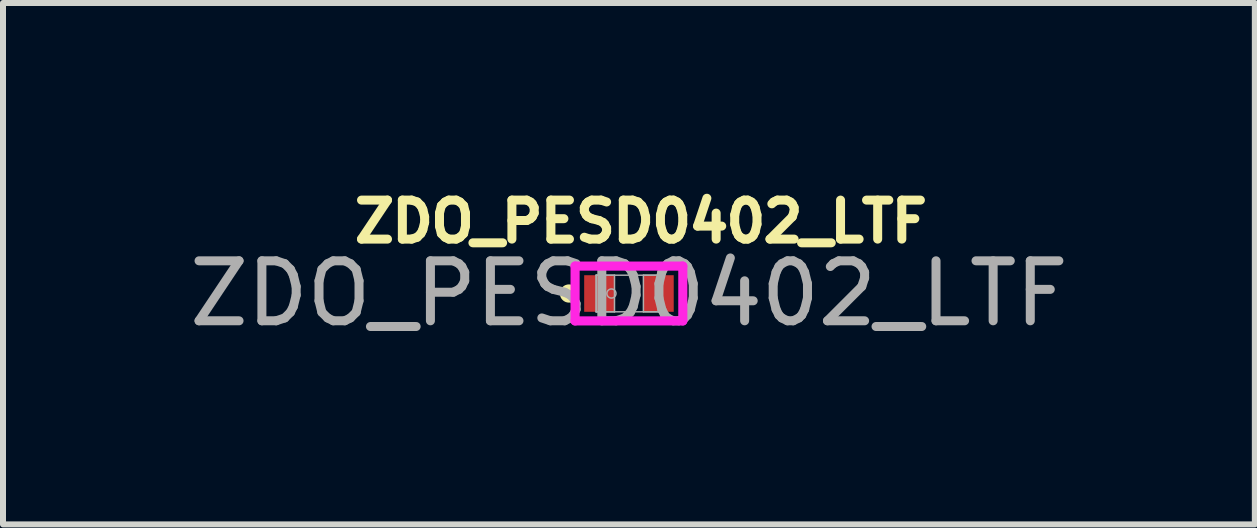
<source format=kicad_pcb>
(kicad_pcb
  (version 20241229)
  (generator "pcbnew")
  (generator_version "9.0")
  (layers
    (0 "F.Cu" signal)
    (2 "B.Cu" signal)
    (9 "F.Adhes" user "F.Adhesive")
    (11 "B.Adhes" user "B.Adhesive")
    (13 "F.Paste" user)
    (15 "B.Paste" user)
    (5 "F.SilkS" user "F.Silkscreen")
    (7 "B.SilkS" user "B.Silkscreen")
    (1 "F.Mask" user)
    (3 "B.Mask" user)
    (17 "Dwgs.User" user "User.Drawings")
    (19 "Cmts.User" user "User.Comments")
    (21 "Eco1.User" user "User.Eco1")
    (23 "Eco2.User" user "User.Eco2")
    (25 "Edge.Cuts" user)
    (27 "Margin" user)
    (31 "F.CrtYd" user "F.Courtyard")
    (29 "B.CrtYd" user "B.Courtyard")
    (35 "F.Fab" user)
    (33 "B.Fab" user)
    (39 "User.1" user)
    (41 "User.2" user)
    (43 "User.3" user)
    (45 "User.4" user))
  (footprint "ZDO_PESD0402_LTF"
    (layer "F.Cu")
    (at 7.435 1.843)
    (property "Reference" "ZDO_PESD0402_LTF" (at 0.2 -1.2 0) (unlocked yes) (layer "F.SilkS") (effects (font (size 0.65 0.65) (thickness 0.15))))
    (attr smd)
    (fp_circle (center -1 0) (end -0.924 0) (stroke (width 0.152) (type solid)) (fill no) (layer "F.SilkS"))
    (fp_line (start -0.898 -0.457) (end 0.898 -0.457) (stroke (width 0.152) (type solid)) (layer "F.CrtYd"))
    (fp_line (start -0.898 0.457) (end -0.898 -0.457) (stroke (width 0.152) (type solid)) (layer "F.CrtYd"))
    (fp_line (start 0.898 -0.457) (end 0.898 0.457) (stroke (width 0.152) (type solid)) (layer "F.CrtYd"))
    (fp_line (start 0.898 0.457) (end -0.898 0.457) (stroke (width 0.152) (type solid)) (layer "F.CrtYd"))
    (fp_line (start -0.546 -0.305) (end -0.546 0.305) (stroke (width 0.025) (type solid)) (layer "F.Fab"))
    (fp_line (start -0.546 -0.305) (end -0.546 0.305) (stroke (width 0.025) (type solid)) (layer "F.Fab"))
    (fp_line (start -0.546 0.305) (end -0.241 0.305) (stroke (width 0.025) (type solid)) (layer "F.Fab"))
    (fp_line (start -0.546 0.305) (end 0.546 0.305) (stroke (width 0.025) (type solid)) (layer "F.Fab"))
    (fp_line (start -0.241 -0.305) (end -0.546 -0.305) (stroke (width 0.025) (type solid)) (layer "F.Fab"))
    (fp_line (start -0.241 0.305) (end -0.241 -0.305) (stroke (width 0.025) (type solid)) (layer "F.Fab"))
    (fp_line (start 0.241 -0.305) (end 0.241 0.305) (stroke (width 0.025) (type solid)) (layer "F.Fab"))
    (fp_line (start 0.241 0.305) (end 0.546 0.305) (stroke (width 0.025) (type solid)) (layer "F.Fab"))
    (fp_line (start 0.546 -0.305) (end -0.546 -0.305) (stroke (width 0.025) (type solid)) (layer "F.Fab"))
    (fp_line (start 0.546 -0.305) (end 0.241 -0.305) (stroke (width 0.025) (type solid)) (layer "F.Fab"))
    (fp_line (start 0.546 0.305) (end 0.546 -0.305) (stroke (width 0.025) (type solid)) (layer "F.Fab"))
    (fp_line (start 0.546 0.305) (end 0.546 -0.305) (stroke (width 0.025) (type solid)) (layer "F.Fab"))
    (fp_circle (center -0.292 0) (end -0.216 0) (stroke (width 0.025) (type solid)) (fill no) (layer "F.Fab"))
    (fp_text user "${REFERENCE}" (at 0 0 0) (unlocked yes) (layer "F.Fab") (effects (font (size 1 1) (thickness 0.15))))
    (pad "1" smd rect (at -0.494 0) (size 0.505 0.61) (layers "F.Cu" "F.Mask" "F.Paste"))
    (pad "2" smd rect (at 0.494 0) (size 0.505 0.61) (layers "F.Cu" "F.Mask" "F.Paste"))
    (zone (net_name "") (layer "F.Cu") (hatch full 0.508) (connect_pads) (min_thickness 0.254) (filled_areas_thickness no) (keepout (tracks not_allowed) (vias not_allowed) (pads allowed) (copperpour not_allowed) (footprints allowed)) (placement (enabled no)) (fill) (polygon (pts (xy 7.244 1.589) (xy 7.625 1.589) (xy 7.625 2.098) (xy 7.244 2.098)))))
  (gr_rect
    (start -3 -3)
    (end 17.869 5.692)
    (stroke (width 0.1) (type default))
    (fill no)
    (layer "Edge.Cuts")))
</source>
